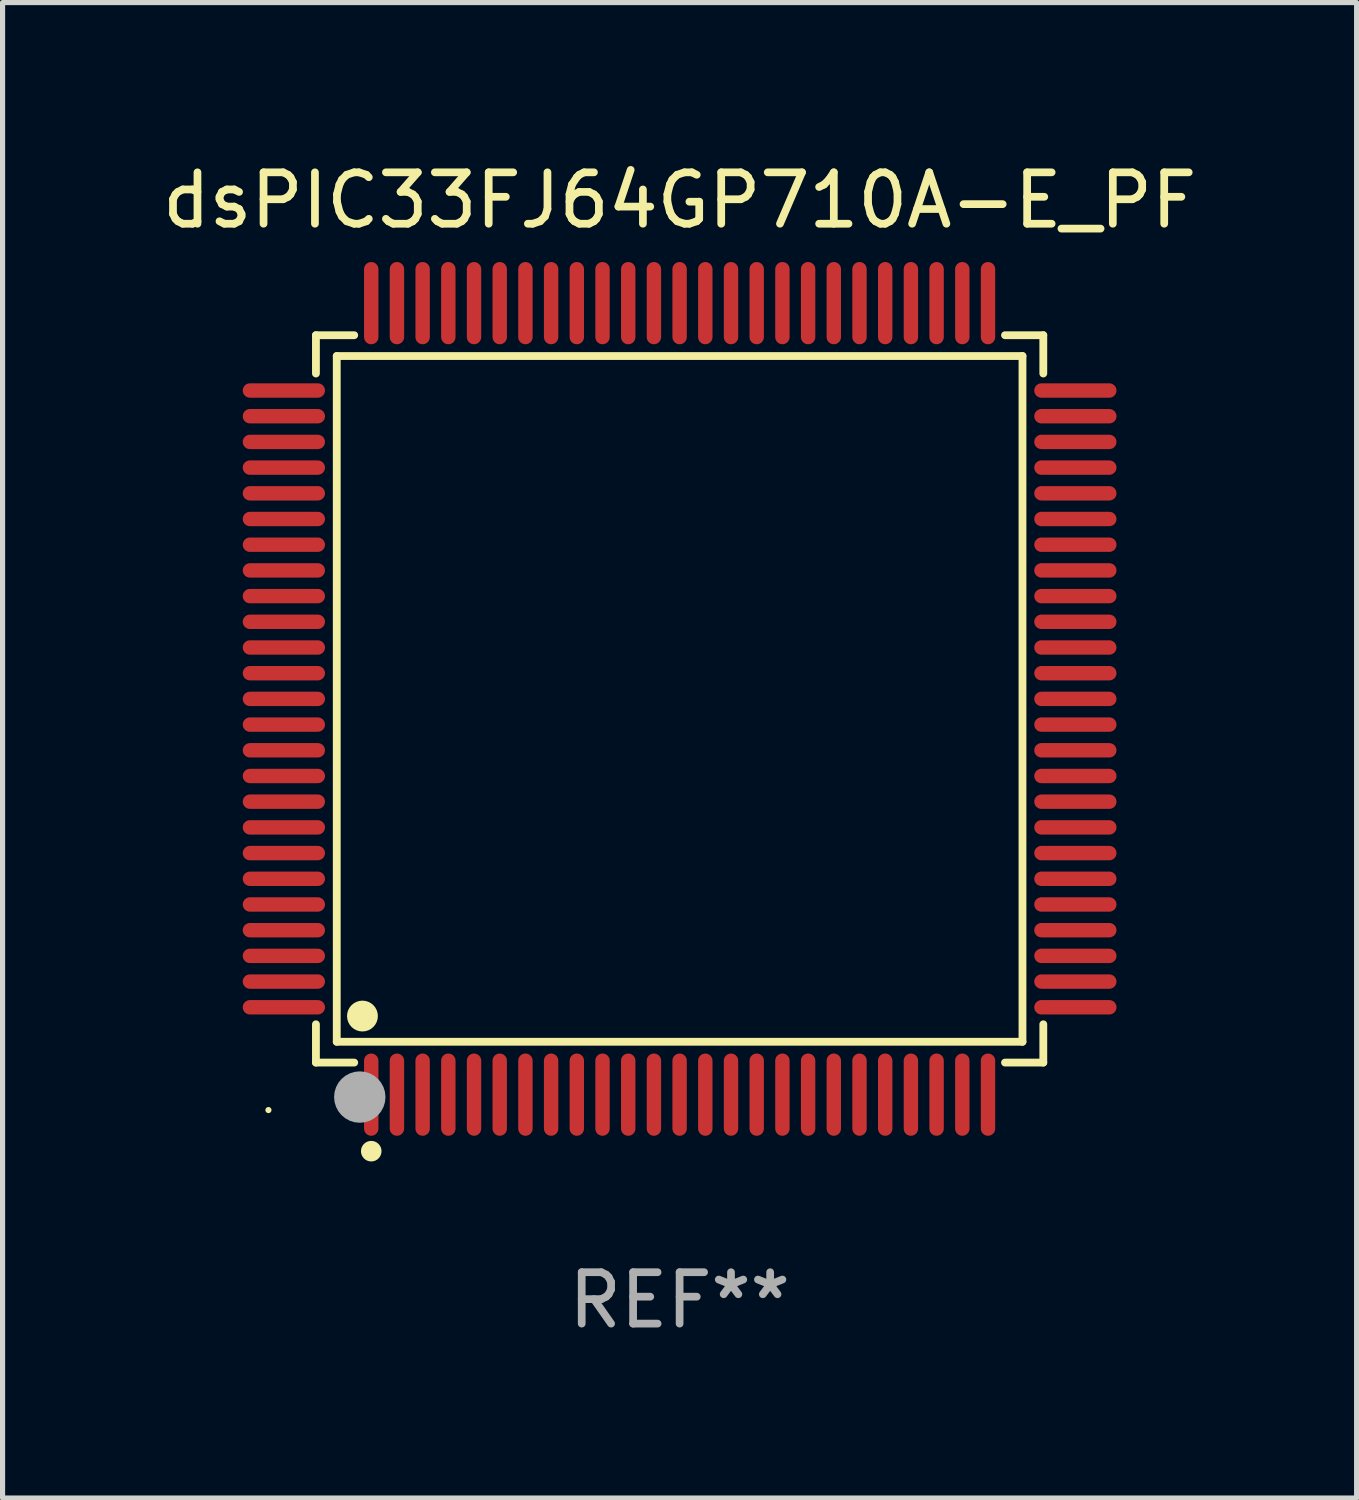
<source format=kicad_pcb>
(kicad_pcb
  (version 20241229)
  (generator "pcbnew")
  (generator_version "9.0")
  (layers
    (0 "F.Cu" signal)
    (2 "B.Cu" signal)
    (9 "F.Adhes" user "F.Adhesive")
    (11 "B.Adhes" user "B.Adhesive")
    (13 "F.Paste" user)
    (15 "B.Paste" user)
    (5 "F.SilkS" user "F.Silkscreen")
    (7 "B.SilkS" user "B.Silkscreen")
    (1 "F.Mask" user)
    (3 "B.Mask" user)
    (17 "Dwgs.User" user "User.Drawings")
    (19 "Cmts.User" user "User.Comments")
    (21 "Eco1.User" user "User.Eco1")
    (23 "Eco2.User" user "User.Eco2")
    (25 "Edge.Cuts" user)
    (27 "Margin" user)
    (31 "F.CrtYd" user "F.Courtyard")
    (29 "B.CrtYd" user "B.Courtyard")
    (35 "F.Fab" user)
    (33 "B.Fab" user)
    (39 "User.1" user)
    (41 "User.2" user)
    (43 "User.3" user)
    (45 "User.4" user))
  (footprint "dsPIC33FJ64GP710A-E_PF"
    (layer "F.Cu")
    (at 10.173 10.548)
    (property "Reference" "dsPIC33FJ64GP710A-E_PF" (at 0 -9.7 0) (layer "F.SilkS") (effects (font (size 1 1) (thickness 0.15))))
    (attr through_hole)
    (fp_line (start -7.076 -7.076) (end -6.331 -7.076) (stroke (width 0.152) (type solid)) (layer "F.SilkS"))
    (fp_line (start -7.076 -6.331) (end -7.076 -7.076) (stroke (width 0.152) (type solid)) (layer "F.SilkS"))
    (fp_line (start -7.076 6.331) (end -7.076 7.076) (stroke (width 0.152) (type solid)) (layer "F.SilkS"))
    (fp_line (start -7.076 7.076) (end -6.331 7.076) (stroke (width 0.152) (type solid)) (layer "F.SilkS"))
    (fp_line (start -6.671 -6.671) (end 6.671 -6.671) (stroke (width 0.152) (type solid)) (layer "F.SilkS"))
    (fp_line (start -6.671 6.671) (end -6.671 -6.671) (stroke (width 0.152) (type solid)) (layer "F.SilkS"))
    (fp_line (start 6.671 -6.671) (end 6.671 6.671) (stroke (width 0.152) (type solid)) (layer "F.SilkS"))
    (fp_line (start 6.671 6.671) (end -6.671 6.671) (stroke (width 0.152) (type solid)) (layer "F.SilkS"))
    (fp_line (start 7.076 -7.076) (end 6.331 -7.076) (stroke (width 0.152) (type solid)) (layer "F.SilkS"))
    (fp_line (start 7.076 -6.331) (end 7.076 -7.076) (stroke (width 0.152) (type solid)) (layer "F.SilkS"))
    (fp_line (start 7.076 6.331) (end 7.076 7.076) (stroke (width 0.152) (type solid)) (layer "F.SilkS"))
    (fp_line (start 7.076 7.076) (end 6.331 7.076) (stroke (width 0.152) (type solid)) (layer "F.SilkS"))
    (fp_circle (center -8 8) (end -7.97 8) (stroke (width 0.06) (type solid)) (fill no) (layer "F.SilkS"))
    (fp_circle (center -6.171 6.171) (end -6.021 6.171) (stroke (width 0.3) (type solid)) (fill no) (layer "F.SilkS"))
    (fp_circle (center -6 8.8) (end -5.9 8.8) (stroke (width 0.2) (type solid)) (fill no) (layer "F.SilkS"))
    (fp_circle (center -6.223 7.747) (end -5.973 7.747) (stroke (width 0.5) (type solid)) (fill no) (layer "F.Fab"))
    (fp_text user "REF**" (at 0 11.7 0) (layer "F.Fab") (effects (font (size 1 1) (thickness 0.15))))
    (pad "1" smd oval (at -6 7.7) (size 0.28 1.6) (layers "F.Cu" "F.Mask" "F.Paste"))
    (pad "2" smd oval (at -5.5 7.7) (size 0.28 1.6) (layers "F.Cu" "F.Mask" "F.Paste"))
    (pad "3" smd oval (at -5 7.7) (size 0.28 1.6) (layers "F.Cu" "F.Mask" "F.Paste"))
    (pad "4" smd oval (at -4.5 7.7) (size 0.28 1.6) (layers "F.Cu" "F.Mask" "F.Paste"))
    (pad "5" smd oval (at -4 7.7) (size 0.28 1.6) (layers "F.Cu" "F.Mask" "F.Paste"))
    (pad "6" smd oval (at -3.5 7.7) (size 0.28 1.6) (layers "F.Cu" "F.Mask" "F.Paste"))
    (pad "7" smd oval (at -3 7.7) (size 0.28 1.6) (layers "F.Cu" "F.Mask" "F.Paste"))
    (pad "8" smd oval (at -2.5 7.7) (size 0.28 1.6) (layers "F.Cu" "F.Mask" "F.Paste"))
    (pad "9" smd oval (at -2 7.7) (size 0.28 1.6) (layers "F.Cu" "F.Mask" "F.Paste"))
    (pad "10" smd oval (at -1.5 7.7) (size 0.28 1.6) (layers "F.Cu" "F.Mask" "F.Paste"))
    (pad "11" smd oval (at -1 7.7) (size 0.28 1.6) (layers "F.Cu" "F.Mask" "F.Paste"))
    (pad "12" smd oval (at -0.5 7.7) (size 0.28 1.6) (layers "F.Cu" "F.Mask" "F.Paste"))
    (pad "13" smd oval (at 0 7.7) (size 0.28 1.6) (layers "F.Cu" "F.Mask" "F.Paste"))
    (pad "14" smd oval (at 0.5 7.7) (size 0.28 1.6) (layers "F.Cu" "F.Mask" "F.Paste"))
    (pad "15" smd oval (at 1 7.7) (size 0.28 1.6) (layers "F.Cu" "F.Mask" "F.Paste"))
    (pad "16" smd oval (at 1.5 7.7) (size 0.28 1.6) (layers "F.Cu" "F.Mask" "F.Paste"))
    (pad "17" smd oval (at 2 7.7) (size 0.28 1.6) (layers "F.Cu" "F.Mask" "F.Paste"))
    (pad "18" smd oval (at 2.5 7.7) (size 0.28 1.6) (layers "F.Cu" "F.Mask" "F.Paste"))
    (pad "19" smd oval (at 3 7.7) (size 0.28 1.6) (layers "F.Cu" "F.Mask" "F.Paste"))
    (pad "20" smd oval (at 3.5 7.7) (size 0.28 1.6) (layers "F.Cu" "F.Mask" "F.Paste"))
    (pad "21" smd oval (at 4 7.7) (size 0.28 1.6) (layers "F.Cu" "F.Mask" "F.Paste"))
    (pad "22" smd oval (at 4.5 7.7) (size 0.28 1.6) (layers "F.Cu" "F.Mask" "F.Paste"))
    (pad "23" smd oval (at 5 7.7) (size 0.28 1.6) (layers "F.Cu" "F.Mask" "F.Paste"))
    (pad "24" smd oval (at 5.5 7.7) (size 0.28 1.6) (layers "F.Cu" "F.Mask" "F.Paste"))
    (pad "25" smd oval (at 6 7.7) (size 0.28 1.6) (layers "F.Cu" "F.Mask" "F.Paste"))
    (pad "26" smd oval (at 7.7 6) (size 1.6 0.28) (layers "F.Cu" "F.Mask" "F.Paste"))
    (pad "27" smd oval (at 7.7 5.5) (size 1.6 0.28) (layers "F.Cu" "F.Mask" "F.Paste"))
    (pad "28" smd oval (at 7.7 5) (size 1.6 0.28) (layers "F.Cu" "F.Mask" "F.Paste"))
    (pad "29" smd oval (at 7.7 4.5) (size 1.6 0.28) (layers "F.Cu" "F.Mask" "F.Paste"))
    (pad "30" smd oval (at 7.7 4) (size 1.6 0.28) (layers "F.Cu" "F.Mask" "F.Paste"))
    (pad "31" smd oval (at 7.7 3.5) (size 1.6 0.28) (layers "F.Cu" "F.Mask" "F.Paste"))
    (pad "32" smd oval (at 7.7 3) (size 1.6 0.28) (layers "F.Cu" "F.Mask" "F.Paste"))
    (pad "33" smd oval (at 7.7 2.5) (size 1.6 0.28) (layers "F.Cu" "F.Mask" "F.Paste"))
    (pad "34" smd oval (at 7.7 2) (size 1.6 0.28) (layers "F.Cu" "F.Mask" "F.Paste"))
    (pad "35" smd oval (at 7.7 1.5) (size 1.6 0.28) (layers "F.Cu" "F.Mask" "F.Paste"))
    (pad "36" smd oval (at 7.7 1) (size 1.6 0.28) (layers "F.Cu" "F.Mask" "F.Paste"))
    (pad "37" smd oval (at 7.7 0.5) (size 1.6 0.28) (layers "F.Cu" "F.Mask" "F.Paste"))
    (pad "38" smd oval (at 7.7 0) (size 1.6 0.28) (layers "F.Cu" "F.Mask" "F.Paste"))
    (pad "39" smd oval (at 7.7 -0.5) (size 1.6 0.28) (layers "F.Cu" "F.Mask" "F.Paste"))
    (pad "40" smd oval (at 7.7 -1) (size 1.6 0.28) (layers "F.Cu" "F.Mask" "F.Paste"))
    (pad "41" smd oval (at 7.7 -1.5) (size 1.6 0.28) (layers "F.Cu" "F.Mask" "F.Paste"))
    (pad "42" smd oval (at 7.7 -2) (size 1.6 0.28) (layers "F.Cu" "F.Mask" "F.Paste"))
    (pad "43" smd oval (at 7.7 -2.5) (size 1.6 0.28) (layers "F.Cu" "F.Mask" "F.Paste"))
    (pad "44" smd oval (at 7.7 -3) (size 1.6 0.28) (layers "F.Cu" "F.Mask" "F.Paste"))
    (pad "45" smd oval (at 7.7 -3.5) (size 1.6 0.28) (layers "F.Cu" "F.Mask" "F.Paste"))
    (pad "46" smd oval (at 7.7 -4) (size 1.6 0.28) (layers "F.Cu" "F.Mask" "F.Paste"))
    (pad "47" smd oval (at 7.7 -4.5) (size 1.6 0.28) (layers "F.Cu" "F.Mask" "F.Paste"))
    (pad "48" smd oval (at 7.7 -5) (size 1.6 0.28) (layers "F.Cu" "F.Mask" "F.Paste"))
    (pad "49" smd oval (at 7.7 -5.5) (size 1.6 0.28) (layers "F.Cu" "F.Mask" "F.Paste"))
    (pad "50" smd oval (at 7.7 -6) (size 1.6 0.28) (layers "F.Cu" "F.Mask" "F.Paste"))
    (pad "51" smd oval (at 6 -7.7) (size 0.28 1.6) (layers "F.Cu" "F.Mask" "F.Paste"))
    (pad "52" smd oval (at 5.5 -7.7) (size 0.28 1.6) (layers "F.Cu" "F.Mask" "F.Paste"))
    (pad "53" smd oval (at 5 -7.7) (size 0.28 1.6) (layers "F.Cu" "F.Mask" "F.Paste"))
    (pad "54" smd oval (at 4.5 -7.7) (size 0.28 1.6) (layers "F.Cu" "F.Mask" "F.Paste"))
    (pad "55" smd oval (at 4 -7.7) (size 0.28 1.6) (layers "F.Cu" "F.Mask" "F.Paste"))
    (pad "56" smd oval (at 3.5 -7.7) (size 0.28 1.6) (layers "F.Cu" "F.Mask" "F.Paste"))
    (pad "57" smd oval (at 3 -7.7) (size 0.28 1.6) (layers "F.Cu" "F.Mask" "F.Paste"))
    (pad "58" smd oval (at 2.5 -7.7) (size 0.28 1.6) (layers "F.Cu" "F.Mask" "F.Paste"))
    (pad "59" smd oval (at 2 -7.7) (size 0.28 1.6) (layers "F.Cu" "F.Mask" "F.Paste"))
    (pad "60" smd oval (at 1.5 -7.7) (size 0.28 1.6) (layers "F.Cu" "F.Mask" "F.Paste"))
    (pad "61" smd oval (at 1 -7.7) (size 0.28 1.6) (layers "F.Cu" "F.Mask" "F.Paste"))
    (pad "62" smd oval (at 0.5 -7.7) (size 0.28 1.6) (layers "F.Cu" "F.Mask" "F.Paste"))
    (pad "63" smd oval (at 0 -7.7) (size 0.28 1.6) (layers "F.Cu" "F.Mask" "F.Paste"))
    (pad "64" smd oval (at -0.5 -7.7) (size 0.28 1.6) (layers "F.Cu" "F.Mask" "F.Paste"))
    (pad "65" smd oval (at -1 -7.7) (size 0.28 1.6) (layers "F.Cu" "F.Mask" "F.Paste"))
    (pad "66" smd oval (at -1.5 -7.7) (size 0.28 1.6) (layers "F.Cu" "F.Mask" "F.Paste"))
    (pad "67" smd oval (at -2 -7.7) (size 0.28 1.6) (layers "F.Cu" "F.Mask" "F.Paste"))
    (pad "68" smd oval (at -2.5 -7.7) (size 0.28 1.6) (layers "F.Cu" "F.Mask" "F.Paste"))
    (pad "69" smd oval (at -3 -7.7) (size 0.28 1.6) (layers "F.Cu" "F.Mask" "F.Paste"))
    (pad "70" smd oval (at -3.5 -7.7) (size 0.28 1.6) (layers "F.Cu" "F.Mask" "F.Paste"))
    (pad "71" smd oval (at -4 -7.7) (size 0.28 1.6) (layers "F.Cu" "F.Mask" "F.Paste"))
    (pad "72" smd oval (at -4.5 -7.7) (size 0.28 1.6) (layers "F.Cu" "F.Mask" "F.Paste"))
    (pad "73" smd oval (at -5 -7.7) (size 0.28 1.6) (layers "F.Cu" "F.Mask" "F.Paste"))
    (pad "74" smd oval (at -5.5 -7.7) (size 0.28 1.6) (layers "F.Cu" "F.Mask" "F.Paste"))
    (pad "75" smd oval (at -6 -7.7) (size 0.28 1.6) (layers "F.Cu" "F.Mask" "F.Paste"))
    (pad "76" smd oval (at -7.7 -6) (size 1.6 0.28) (layers "F.Cu" "F.Mask" "F.Paste"))
    (pad "77" smd oval (at -7.7 -5.5) (size 1.6 0.28) (layers "F.Cu" "F.Mask" "F.Paste"))
    (pad "78" smd oval (at -7.7 -5) (size 1.6 0.28) (layers "F.Cu" "F.Mask" "F.Paste"))
    (pad "79" smd oval (at -7.7 -4.5) (size 1.6 0.28) (layers "F.Cu" "F.Mask" "F.Paste"))
    (pad "80" smd oval (at -7.7 -4) (size 1.6 0.28) (layers "F.Cu" "F.Mask" "F.Paste"))
    (pad "81" smd oval (at -7.7 -3.5) (size 1.6 0.28) (layers "F.Cu" "F.Mask" "F.Paste"))
    (pad "82" smd oval (at -7.7 -3) (size 1.6 0.28) (layers "F.Cu" "F.Mask" "F.Paste"))
    (pad "83" smd oval (at -7.7 -2.5) (size 1.6 0.28) (layers "F.Cu" "F.Mask" "F.Paste"))
    (pad "84" smd oval (at -7.7 -2) (size 1.6 0.28) (layers "F.Cu" "F.Mask" "F.Paste"))
    (pad "85" smd oval (at -7.7 -1.5) (size 1.6 0.28) (layers "F.Cu" "F.Mask" "F.Paste"))
    (pad "86" smd oval (at -7.7 -1) (size 1.6 0.28) (layers "F.Cu" "F.Mask" "F.Paste"))
    (pad "87" smd oval (at -7.7 -0.5) (size 1.6 0.28) (layers "F.Cu" "F.Mask" "F.Paste"))
    (pad "88" smd oval (at -7.7 0) (size 1.6 0.28) (layers "F.Cu" "F.Mask" "F.Paste"))
    (pad "89" smd oval (at -7.7 0.5) (size 1.6 0.28) (layers "F.Cu" "F.Mask" "F.Paste"))
    (pad "90" smd oval (at -7.7 1) (size 1.6 0.28) (layers "F.Cu" "F.Mask" "F.Paste"))
    (pad "91" smd oval (at -7.7 1.5) (size 1.6 0.28) (layers "F.Cu" "F.Mask" "F.Paste"))
    (pad "92" smd oval (at -7.7 2) (size 1.6 0.28) (layers "F.Cu" "F.Mask" "F.Paste"))
    (pad "93" smd oval (at -7.7 2.5) (size 1.6 0.28) (layers "F.Cu" "F.Mask" "F.Paste"))
    (pad "94" smd oval (at -7.7 3) (size 1.6 0.28) (layers "F.Cu" "F.Mask" "F.Paste"))
    (pad "95" smd oval (at -7.7 3.5) (size 1.6 0.28) (layers "F.Cu" "F.Mask" "F.Paste"))
    (pad "96" smd oval (at -7.7 4) (size 1.6 0.28) (layers "F.Cu" "F.Mask" "F.Paste"))
    (pad "97" smd oval (at -7.7 4.5) (size 1.6 0.28) (layers "F.Cu" "F.Mask" "F.Paste"))
    (pad "98" smd oval (at -7.7 5) (size 1.6 0.28) (layers "F.Cu" "F.Mask" "F.Paste"))
    (pad "99" smd oval (at -7.7 5.5) (size 1.6 0.28) (layers "F.Cu" "F.Mask" "F.Paste"))
    (pad "100" smd oval (at -7.7 6) (size 1.6 0.28) (layers "F.Cu" "F.Mask" "F.Paste")))
  (gr_rect
    (start -3 -3)
    (end 23.345 26.097)
    (stroke (width 0.1) (type default))
    (fill no)
    (layer "Edge.Cuts")))
</source>
